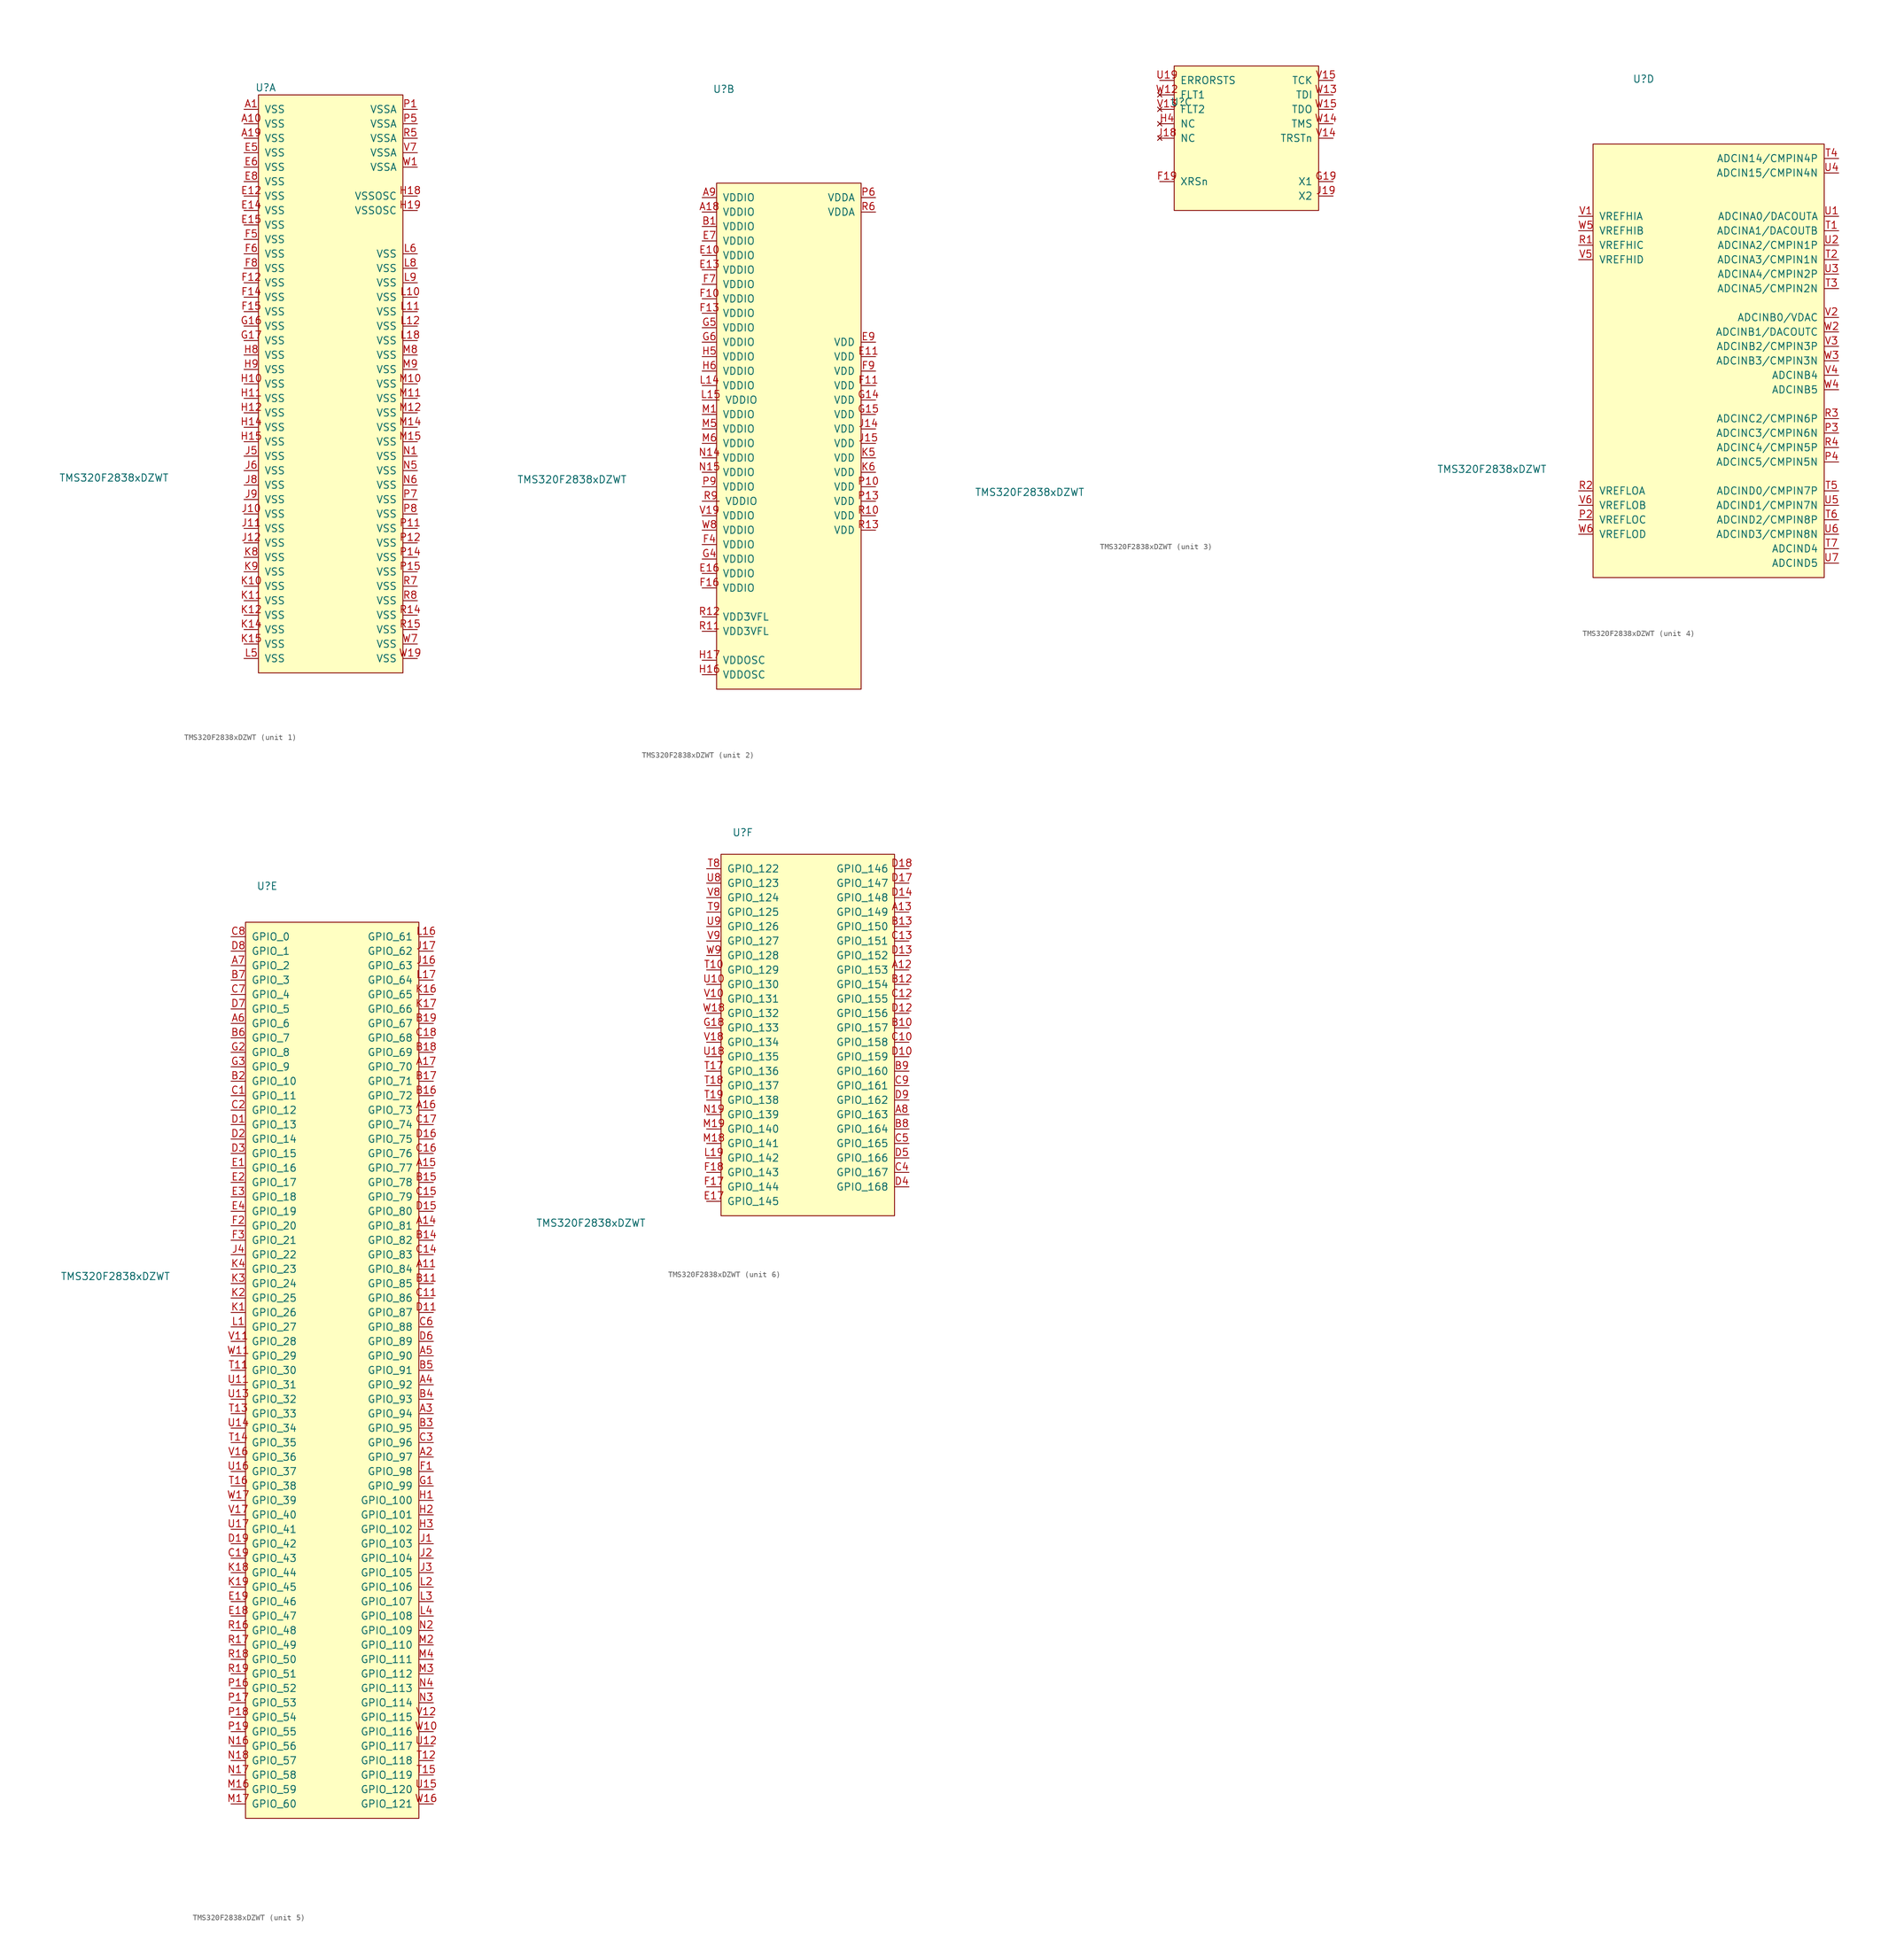
<source format=kicad_sym>
(kicad_symbol_lib
  (version 20211014)
  (generator kicad_symbol_editor)
  (symbol "TMS320F2838xDZWT"
    (pin_names
      (offset 1.016))
    (property "Reference" "U"
      (at -11.43 29.21 0)
      (effects (font (size 1.27 1.27))))
    (property "Value" "TMS320F2838xDZWT"
      (at -38.1 -39.37 0)
      (effects (font (size 1.27 1.27))))
    (property "ki_locked" ""
      (at 0 0 0)
      (effects (font (size 1.27 1.27))))
    (symbol "TMS320F2838xDZWT_1_1"
      (rectangle (start -12.7 27.94) (end 12.7 -73.66) (stroke (width 0) (type default) (color 0 0 0 0)) (fill (type background)))
      (pin power_in line (at -15.24 25.4 0) (length 2.54) (name "VSS" (effects (font (size 1.27 1.27)))) (number "A1" (effects (font (size 1.27 1.27)))))
      (pin power_in line (at -15.24 22.86 0) (length 2.54) (name "VSS" (effects (font (size 1.27 1.27)))) (number "A10" (effects (font (size 1.27 1.27)))))
      (pin power_in line (at -15.24 20.32 0) (length 2.54) (name "VSS" (effects (font (size 1.27 1.27)))) (number "A19" (effects (font (size 1.27 1.27)))))
      (pin power_in line (at -15.24 10.16 0) (length 2.54) (name "VSS" (effects (font (size 1.27 1.27)))) (number "E12" (effects (font (size 1.27 1.27)))))
      (pin power_in line (at -15.24 7.62 0) (length 2.54) (name "VSS" (effects (font (size 1.27 1.27)))) (number "E14" (effects (font (size 1.27 1.27)))))
      (pin power_in line (at -15.24 5.08 0) (length 2.54) (name "VSS" (effects (font (size 1.27 1.27)))) (number "E15" (effects (font (size 1.27 1.27)))))
      (pin power_in line (at -15.24 17.78 0) (length 2.54) (name "VSS" (effects (font (size 1.27 1.27)))) (number "E5" (effects (font (size 1.27 1.27)))))
      (pin power_in line (at -15.24 15.24 0) (length 2.54) (name "VSS" (effects (font (size 1.27 1.27)))) (number "E6" (effects (font (size 1.27 1.27)))))
      (pin power_in line (at -15.24 12.7 0) (length 2.54) (name "VSS" (effects (font (size 1.27 1.27)))) (number "E8" (effects (font (size 1.27 1.27)))))
      (pin power_in line (at -15.24 -5.08 0) (length 2.54) (name "VSS" (effects (font (size 1.27 1.27)))) (number "F12" (effects (font (size 1.27 1.27)))))
      (pin power_in line (at -15.24 -7.62 0) (length 2.54) (name "VSS" (effects (font (size 1.27 1.27)))) (number "F14" (effects (font (size 1.27 1.27)))))
      (pin power_in line (at -15.24 -10.16 0) (length 2.54) (name "VSS" (effects (font (size 1.27 1.27)))) (number "F15" (effects (font (size 1.27 1.27)))))
      (pin power_in line (at -15.24 2.54 0) (length 2.54) (name "VSS" (effects (font (size 1.27 1.27)))) (number "F5" (effects (font (size 1.27 1.27)))))
      (pin power_in line (at -15.24 0 0) (length 2.54) (name "VSS" (effects (font (size 1.27 1.27)))) (number "F6" (effects (font (size 1.27 1.27)))))
      (pin power_in line (at -15.24 -2.54 0) (length 2.54) (name "VSS" (effects (font (size 1.27 1.27)))) (number "F8" (effects (font (size 1.27 1.27)))))
      (pin power_in line (at -15.24 -12.7 0) (length 2.54) (name "VSS" (effects (font (size 1.27 1.27)))) (number "G16" (effects (font (size 1.27 1.27)))))
      (pin power_in line (at -15.24 -15.24 0) (length 2.54) (name "VSS" (effects (font (size 1.27 1.27)))) (number "G17" (effects (font (size 1.27 1.27)))))
      (pin power_in line (at -15.24 -22.86 0) (length 2.54) (name "VSS" (effects (font (size 1.27 1.27)))) (number "H10" (effects (font (size 1.27 1.27)))))
      (pin power_in line (at -15.24 -25.4 0) (length 2.54) (name "VSS" (effects (font (size 1.27 1.27)))) (number "H11" (effects (font (size 1.27 1.27)))))
      (pin power_in line (at -15.24 -27.94 0) (length 2.54) (name "VSS" (effects (font (size 1.27 1.27)))) (number "H12" (effects (font (size 1.27 1.27)))))
      (pin power_in line (at -15.24 -30.48 0) (length 2.54) (name "VSS" (effects (font (size 1.27 1.27)))) (number "H14" (effects (font (size 1.27 1.27)))))
      (pin power_in line (at -15.24 -33.02 0) (length 2.54) (name "VSS" (effects (font (size 1.27 1.27)))) (number "H15" (effects (font (size 1.27 1.27)))))
      (pin power_in line (at 15.24 10.16 180) (length 2.54) (name "VSSOSC" (effects (font (size 1.27 1.27)))) (number "H18" (effects (font (size 1.27 1.27)))))
      (pin power_in line (at 15.24 7.62 180) (length 2.54) (name "VSSOSC" (effects (font (size 1.27 1.27)))) (number "H19" (effects (font (size 1.27 1.27)))))
      (pin power_in line (at -15.24 -17.78 0) (length 2.54) (name "VSS" (effects (font (size 1.27 1.27)))) (number "H8" (effects (font (size 1.27 1.27)))))
      (pin power_in line (at -15.24 -20.32 0) (length 2.54) (name "VSS" (effects (font (size 1.27 1.27)))) (number "H9" (effects (font (size 1.27 1.27)))))
      (pin power_in line (at -15.24 -45.72 0) (length 2.54) (name "VSS" (effects (font (size 1.27 1.27)))) (number "J10" (effects (font (size 1.27 1.27)))))
      (pin power_in line (at -15.24 -48.26 0) (length 2.54) (name "VSS" (effects (font (size 1.27 1.27)))) (number "J11" (effects (font (size 1.27 1.27)))))
      (pin power_in line (at -15.24 -50.8 0) (length 2.54) (name "VSS" (effects (font (size 1.27 1.27)))) (number "J12" (effects (font (size 1.27 1.27)))))
      (pin power_in line (at -15.24 -35.56 0) (length 2.54) (name "VSS" (effects (font (size 1.27 1.27)))) (number "J5" (effects (font (size 1.27 1.27)))))
      (pin power_in line (at -15.24 -38.1 0) (length 2.54) (name "VSS" (effects (font (size 1.27 1.27)))) (number "J6" (effects (font (size 1.27 1.27)))))
      (pin power_in line (at -15.24 -40.64 0) (length 2.54) (name "VSS" (effects (font (size 1.27 1.27)))) (number "J8" (effects (font (size 1.27 1.27)))))
      (pin power_in line (at -15.24 -43.18 0) (length 2.54) (name "VSS" (effects (font (size 1.27 1.27)))) (number "J9" (effects (font (size 1.27 1.27)))))
      (pin power_in line (at -15.24 -58.42 0) (length 2.54) (name "VSS" (effects (font (size 1.27 1.27)))) (number "K10" (effects (font (size 1.27 1.27)))))
      (pin power_in line (at -15.24 -60.96 0) (length 2.54) (name "VSS" (effects (font (size 1.27 1.27)))) (number "K11" (effects (font (size 1.27 1.27)))))
      (pin power_in line (at -15.24 -63.5 0) (length 2.54) (name "VSS" (effects (font (size 1.27 1.27)))) (number "K12" (effects (font (size 1.27 1.27)))))
      (pin power_in line (at -15.24 -66.04 0) (length 2.54) (name "VSS" (effects (font (size 1.27 1.27)))) (number "K14" (effects (font (size 1.27 1.27)))))
      (pin power_in line (at -15.24 -68.58 0) (length 2.54) (name "VSS" (effects (font (size 1.27 1.27)))) (number "K15" (effects (font (size 1.27 1.27)))))
      (pin power_in line (at -15.24 -53.34 0) (length 2.54) (name "VSS" (effects (font (size 1.27 1.27)))) (number "K8" (effects (font (size 1.27 1.27)))))
      (pin power_in line (at -15.24 -55.88 0) (length 2.54) (name "VSS" (effects (font (size 1.27 1.27)))) (number "K9" (effects (font (size 1.27 1.27)))))
      (pin power_in line (at 15.24 -7.62 180) (length 2.54) (name "VSS" (effects (font (size 1.27 1.27)))) (number "L10" (effects (font (size 1.27 1.27)))))
      (pin power_in line (at 15.24 -10.16 180) (length 2.54) (name "VSS" (effects (font (size 1.27 1.27)))) (number "L11" (effects (font (size 1.27 1.27)))))
      (pin power_in line (at 15.24 -12.7 180) (length 2.54) (name "VSS" (effects (font (size 1.27 1.27)))) (number "L12" (effects (font (size 1.27 1.27)))))
      (pin power_in line (at 15.24 -15.24 180) (length 2.54) (name "VSS" (effects (font (size 1.27 1.27)))) (number "L18" (effects (font (size 1.27 1.27)))))
      (pin power_in line (at -15.24 -71.12 0) (length 2.54) (name "VSS" (effects (font (size 1.27 1.27)))) (number "L5" (effects (font (size 1.27 1.27)))))
      (pin power_in line (at 15.24 0 180) (length 2.54) (name "VSS" (effects (font (size 1.27 1.27)))) (number "L6" (effects (font (size 1.27 1.27)))))
      (pin power_in line (at 15.24 -2.54 180) (length 2.54) (name "VSS" (effects (font (size 1.27 1.27)))) (number "L8" (effects (font (size 1.27 1.27)))))
      (pin power_in line (at 15.24 -5.08 180) (length 2.54) (name "VSS" (effects (font (size 1.27 1.27)))) (number "L9" (effects (font (size 1.27 1.27)))))
      (pin power_in line (at 15.24 -22.86 180) (length 2.54) (name "VSS" (effects (font (size 1.27 1.27)))) (number "M10" (effects (font (size 1.27 1.27)))))
      (pin power_in line (at 15.24 -25.4 180) (length 2.54) (name "VSS" (effects (font (size 1.27 1.27)))) (number "M11" (effects (font (size 1.27 1.27)))))
      (pin power_in line (at 15.24 -27.94 180) (length 2.54) (name "VSS" (effects (font (size 1.27 1.27)))) (number "M12" (effects (font (size 1.27 1.27)))))
      (pin power_in line (at 15.24 -30.48 180) (length 2.54) (name "VSS" (effects (font (size 1.27 1.27)))) (number "M14" (effects (font (size 1.27 1.27)))))
      (pin power_in line (at 15.24 -33.02 180) (length 2.54) (name "VSS" (effects (font (size 1.27 1.27)))) (number "M15" (effects (font (size 1.27 1.27)))))
      (pin power_in line (at 15.24 -17.78 180) (length 2.54) (name "VSS" (effects (font (size 1.27 1.27)))) (number "M8" (effects (font (size 1.27 1.27)))))
      (pin power_in line (at 15.24 -20.32 180) (length 2.54) (name "VSS" (effects (font (size 1.27 1.27)))) (number "M9" (effects (font (size 1.27 1.27)))))
      (pin power_in line (at 15.24 -35.56 180) (length 2.54) (name "VSS" (effects (font (size 1.27 1.27)))) (number "N1" (effects (font (size 1.27 1.27)))))
      (pin power_in line (at 15.24 -38.1 180) (length 2.54) (name "VSS" (effects (font (size 1.27 1.27)))) (number "N5" (effects (font (size 1.27 1.27)))))
      (pin power_in line (at 15.24 -40.64 180) (length 2.54) (name "VSS" (effects (font (size 1.27 1.27)))) (number "N6" (effects (font (size 1.27 1.27)))))
      (pin power_in line (at 15.24 25.4 180) (length 2.54) (name "VSSA" (effects (font (size 1.27 1.27)))) (number "P1" (effects (font (size 1.27 1.27)))))
      (pin power_in line (at 15.24 -48.26 180) (length 2.54) (name "VSS" (effects (font (size 1.27 1.27)))) (number "P11" (effects (font (size 1.27 1.27)))))
      (pin power_in line (at 15.24 -50.8 180) (length 2.54) (name "VSS" (effects (font (size 1.27 1.27)))) (number "P12" (effects (font (size 1.27 1.27)))))
      (pin power_in line (at 15.24 -53.34 180) (length 2.54) (name "VSS" (effects (font (size 1.27 1.27)))) (number "P14" (effects (font (size 1.27 1.27)))))
      (pin power_in line (at 15.24 -55.88 180) (length 2.54) (name "VSS" (effects (font (size 1.27 1.27)))) (number "P15" (effects (font (size 1.27 1.27)))))
      (pin power_in line (at 15.24 22.86 180) (length 2.54) (name "VSSA" (effects (font (size 1.27 1.27)))) (number "P5" (effects (font (size 1.27 1.27)))))
      (pin power_in line (at 15.24 -43.18 180) (length 2.54) (name "VSS" (effects (font (size 1.27 1.27)))) (number "P7" (effects (font (size 1.27 1.27)))))
      (pin power_in line (at 15.24 -45.72 180) (length 2.54) (name "VSS" (effects (font (size 1.27 1.27)))) (number "P8" (effects (font (size 1.27 1.27)))))
      (pin power_in line (at 15.24 -63.5 180) (length 2.54) (name "VSS" (effects (font (size 1.27 1.27)))) (number "R14" (effects (font (size 1.27 1.27)))))
      (pin power_in line (at 15.24 -66.04 180) (length 2.54) (name "VSS" (effects (font (size 1.27 1.27)))) (number "R15" (effects (font (size 1.27 1.27)))))
      (pin power_in line (at 15.24 20.32 180) (length 2.54) (name "VSSA" (effects (font (size 1.27 1.27)))) (number "R5" (effects (font (size 1.27 1.27)))))
      (pin power_in line (at 15.24 -58.42 180) (length 2.54) (name "VSS" (effects (font (size 1.27 1.27)))) (number "R7" (effects (font (size 1.27 1.27)))))
      (pin power_in line (at 15.24 -60.96 180) (length 2.54) (name "VSS" (effects (font (size 1.27 1.27)))) (number "R8" (effects (font (size 1.27 1.27)))))
      (pin power_in line (at 15.24 17.78 180) (length 2.54) (name "VSSA" (effects (font (size 1.27 1.27)))) (number "V7" (effects (font (size 1.27 1.27)))))
      (pin power_in line (at 15.24 15.24 180) (length 2.54) (name "VSSA" (effects (font (size 1.27 1.27)))) (number "W1" (effects (font (size 1.27 1.27)))))
      (pin power_in line (at 15.24 -71.12 180) (length 2.54) (name "VSS" (effects (font (size 1.27 1.27)))) (number "W19" (effects (font (size 1.27 1.27)))))
      (pin power_in line (at 15.24 -68.58 180) (length 2.54) (name "VSS" (effects (font (size 1.27 1.27)))) (number "W7" (effects (font (size 1.27 1.27))))))
    (symbol "TMS320F2838xDZWT_2_1"
      (rectangle (start -12.7 12.7) (end 12.7 -76.2) (stroke (width 0) (type default) (color 0 0 0 0)) (fill (type background)))
      (pin power_in line (at -15.24 7.62 0) (length 2.54) (name "VDDIO" (effects (font (size 1.27 1.27)))) (number "A18" (effects (font (size 1.27 1.27)))))
      (pin power_in line (at -15.24 10.16 0) (length 2.54) (name "VDDIO" (effects (font (size 1.27 1.27)))) (number "A9" (effects (font (size 1.27 1.27)))))
      (pin power_in line (at -15.24 5.08 0) (length 2.54) (name "VDDIO" (effects (font (size 1.27 1.27)))) (number "B1" (effects (font (size 1.27 1.27)))))
      (pin power_in line (at -15.24 0 0) (length 2.54) (name "VDDIO" (effects (font (size 1.27 1.27)))) (number "E10" (effects (font (size 1.27 1.27)))))
      (pin power_in line (at 15.24 -17.78 180) (length 2.54) (name "VDD" (effects (font (size 1.27 1.27)))) (number "E11" (effects (font (size 1.27 1.27)))))
      (pin power_in line (at -15.24 -2.54 0) (length 2.54) (name "VDDIO" (effects (font (size 1.27 1.27)))) (number "E13" (effects (font (size 1.27 1.27)))))
      (pin power_in line (at -15.24 -55.88 0) (length 2.54) (name "VDDIO" (effects (font (size 1.27 1.27)))) (number "E16" (effects (font (size 1.27 1.27)))))
      (pin power_in line (at -15.24 2.54 0) (length 2.54) (name "VDDIO" (effects (font (size 1.27 1.27)))) (number "E7" (effects (font (size 1.27 1.27)))))
      (pin power_in line (at 15.24 -15.24 180) (length 2.54) (name "VDD" (effects (font (size 1.27 1.27)))) (number "E9" (effects (font (size 1.27 1.27)))))
      (pin power_in line (at -15.24 -7.62 0) (length 2.54) (name "VDDIO" (effects (font (size 1.27 1.27)))) (number "F10" (effects (font (size 1.27 1.27)))))
      (pin power_in line (at 15.24 -22.86 180) (length 2.54) (name "VDD" (effects (font (size 1.27 1.27)))) (number "F11" (effects (font (size 1.27 1.27)))))
      (pin power_in line (at -15.24 -10.16 0) (length 2.54) (name "VDDIO" (effects (font (size 1.27 1.27)))) (number "F13" (effects (font (size 1.27 1.27)))))
      (pin power_in line (at -15.24 -58.42 0) (length 2.54) (name "VDDIO" (effects (font (size 1.27 1.27)))) (number "F16" (effects (font (size 1.27 1.27)))))
      (pin power_in line (at -15.24 -50.8 0) (length 2.54) (name "VDDIO" (effects (font (size 1.27 1.27)))) (number "F4" (effects (font (size 1.27 1.27)))))
      (pin power_in line (at -15.24 -5.08 0) (length 2.54) (name "VDDIO" (effects (font (size 1.27 1.27)))) (number "F7" (effects (font (size 1.27 1.27)))))
      (pin power_in line (at 15.24 -20.32 180) (length 2.54) (name "VDD" (effects (font (size 1.27 1.27)))) (number "F9" (effects (font (size 1.27 1.27)))))
      (pin power_in line (at 15.24 -25.4 180) (length 2.54) (name "VDD" (effects (font (size 1.27 1.27)))) (number "G14" (effects (font (size 1.27 1.27)))))
      (pin power_in line (at 15.24 -27.94 180) (length 2.54) (name "VDD" (effects (font (size 1.27 1.27)))) (number "G15" (effects (font (size 1.27 1.27)))))
      (pin power_in line (at -15.24 -53.34 0) (length 2.54) (name "VDDIO" (effects (font (size 1.27 1.27)))) (number "G4" (effects (font (size 1.27 1.27)))))
      (pin power_in line (at -15.24 -12.7 0) (length 2.54) (name "VDDIO" (effects (font (size 1.27 1.27)))) (number "G5" (effects (font (size 1.27 1.27)))))
      (pin power_in line (at -15.24 -15.24 0) (length 2.54) (name "VDDIO" (effects (font (size 1.27 1.27)))) (number "G6" (effects (font (size 1.27 1.27)))))
      (pin power_in line (at -15.24 -73.66 0) (length 2.54) (name "VDDOSC" (effects (font (size 1.27 1.27)))) (number "H16" (effects (font (size 1.27 1.27)))))
      (pin power_in line (at -15.24 -71.12 0) (length 2.54) (name "VDDOSC" (effects (font (size 1.27 1.27)))) (number "H17" (effects (font (size 1.27 1.27)))))
      (pin power_in line (at -15.24 -17.78 0) (length 2.54) (name "VDDIO" (effects (font (size 1.27 1.27)))) (number "H5" (effects (font (size 1.27 1.27)))))
      (pin power_in line (at -15.24 -20.32 0) (length 2.54) (name "VDDIO" (effects (font (size 1.27 1.27)))) (number "H6" (effects (font (size 1.27 1.27)))))
      (pin power_in line (at 15.24 -30.48 180) (length 2.54) (name "VDD" (effects (font (size 1.27 1.27)))) (number "J14" (effects (font (size 1.27 1.27)))))
      (pin power_in line (at 15.24 -33.02 180) (length 2.54) (name "VDD" (effects (font (size 1.27 1.27)))) (number "J15" (effects (font (size 1.27 1.27)))))
      (pin power_in line (at 15.24 -35.56 180) (length 2.54) (name "VDD" (effects (font (size 1.27 1.27)))) (number "K5" (effects (font (size 1.27 1.27)))))
      (pin power_in line (at 15.24 -38.1 180) (length 2.54) (name "VDD" (effects (font (size 1.27 1.27)))) (number "K6" (effects (font (size 1.27 1.27)))))
      (pin power_in line (at -15.24 -22.86 0) (length 2.54) (name "VDDIO" (effects (font (size 1.27 1.27)))) (number "L14" (effects (font (size 1.27 1.27)))))
      (pin power_in line (at -15.24 -25.4 0) (length 2.997) (name "VDDIO" (effects (font (size 1.27 1.27)))) (number "L15" (effects (font (size 1.27 1.27)))))
      (pin power_in line (at -15.24 -27.94 0) (length 2.54) (name "VDDIO" (effects (font (size 1.27 1.27)))) (number "M1" (effects (font (size 1.27 1.27)))))
      (pin power_in line (at -15.24 -30.48 0) (length 2.54) (name "VDDIO" (effects (font (size 1.27 1.27)))) (number "M5" (effects (font (size 1.27 1.27)))))
      (pin power_in line (at -15.24 -33.02 0) (length 2.54) (name "VDDIO" (effects (font (size 1.27 1.27)))) (number "M6" (effects (font (size 1.27 1.27)))))
      (pin power_in line (at -15.24 -35.56 0) (length 2.54) (name "VDDIO" (effects (font (size 1.27 1.27)))) (number "N14" (effects (font (size 1.27 1.27)))))
      (pin power_in line (at -15.24 -38.1 0) (length 2.54) (name "VDDIO" (effects (font (size 1.27 1.27)))) (number "N15" (effects (font (size 1.27 1.27)))))
      (pin power_in line (at 15.24 -40.64 180) (length 2.54) (name "VDD" (effects (font (size 1.27 1.27)))) (number "P10" (effects (font (size 1.27 1.27)))))
      (pin power_in line (at 15.24 -43.18 180) (length 2.54) (name "VDD" (effects (font (size 1.27 1.27)))) (number "P13" (effects (font (size 1.27 1.27)))))
      (pin power_in line (at 15.24 10.16 180) (length 2.54) (name "VDDA" (effects (font (size 1.27 1.27)))) (number "P6" (effects (font (size 1.27 1.27)))))
      (pin power_in line (at -15.24 -40.64 0) (length 2.54) (name "VDDIO" (effects (font (size 1.27 1.27)))) (number "P9" (effects (font (size 1.27 1.27)))))
      (pin power_in line (at 15.24 -45.72 180) (length 2.54) (name "VDD" (effects (font (size 1.27 1.27)))) (number "R10" (effects (font (size 1.27 1.27)))))
      (pin power_in line (at -15.24 -66.04 0) (length 2.54) (name "VDD3VFL" (effects (font (size 1.27 1.27)))) (number "R11" (effects (font (size 1.27 1.27)))))
      (pin power_in line (at -15.24 -63.5 0) (length 2.54) (name "VDD3VFL" (effects (font (size 1.27 1.27)))) (number "R12" (effects (font (size 1.27 1.27)))))
      (pin power_in line (at 15.24 -48.26 180) (length 2.54) (name "VDD" (effects (font (size 1.27 1.27)))) (number "R13" (effects (font (size 1.27 1.27)))))
      (pin power_in line (at 15.24 7.62 180) (length 2.54) (name "VDDA" (effects (font (size 1.27 1.27)))) (number "R6" (effects (font (size 1.27 1.27)))))
      (pin power_in line (at -15.24 -43.18 0) (length 2.997) (name "VDDIO" (effects (font (size 1.27 1.27)))) (number "R9" (effects (font (size 1.27 1.27)))))
      (pin power_in line (at -15.24 -45.72 0) (length 2.54) (name "VDDIO" (effects (font (size 1.27 1.27)))) (number "V19" (effects (font (size 1.27 1.27)))))
      (pin power_in line (at -15.24 -48.26 0) (length 2.54) (name "VDDIO" (effects (font (size 1.27 1.27)))) (number "W8" (effects (font (size 1.27 1.27))))))
    (symbol "TMS320F2838xDZWT_3_1"
      (rectangle (start -12.7 35.56) (end 12.7 10.16) (stroke (width 0) (type default) (color 0 0 0 0)) (fill (type background)))
      (pin bidirectional line (at -15.24 15.24 0) (length 2.54) (name "XRSn" (effects (font (size 1.27 1.27)))) (number "F19" (effects (font (size 1.27 1.27)))))
      (pin input line (at 15.24 15.24 180) (length 2.54) (name "X1" (effects (font (size 1.27 1.27)))) (number "G19" (effects (font (size 1.27 1.27)))))
      (pin no_connect line (at -15.24 25.4 0) (length 2.54) (name "NC" (effects (font (size 1.27 1.27)))) (number "H4" (effects (font (size 1.27 1.27)))))
      (pin no_connect line (at -15.24 22.86 0) (length 2.54) (name "NC" (effects (font (size 1.27 1.27)))) (number "J18" (effects (font (size 1.27 1.27)))))
      (pin output line (at 15.24 12.7 180) (length 2.54) (name "X2" (effects (font (size 1.27 1.27)))) (number "J19" (effects (font (size 1.27 1.27)))))
      (pin output line (at -15.24 33.02 0) (length 2.54) (name "ERRORSTS" (effects (font (size 1.27 1.27)))) (number "U19" (effects (font (size 1.27 1.27)))))
      (pin no_connect line (at -15.24 27.94 0) (length 2.54) (name "FLT2" (effects (font (size 1.27 1.27)))) (number "V13" (effects (font (size 1.27 1.27)))))
      (pin input line (at 15.24 22.86 180) (length 2.54) (name "TRSTn" (effects (font (size 1.27 1.27)))) (number "V14" (effects (font (size 1.27 1.27)))))
      (pin input line (at 15.24 33.02 180) (length 2.54) (name "TCK" (effects (font (size 1.27 1.27)))) (number "V15" (effects (font (size 1.27 1.27)))))
      (pin no_connect line (at -15.24 30.48 0) (length 2.54) (name "FLT1" (effects (font (size 1.27 1.27)))) (number "W12" (effects (font (size 1.27 1.27)))))
      (pin input line (at 15.24 30.48 180) (length 2.54) (name "TDI" (effects (font (size 1.27 1.27)))) (number "W13" (effects (font (size 1.27 1.27)))))
      (pin input line (at 15.24 25.4 180) (length 2.54) (name "TMS" (effects (font (size 1.27 1.27)))) (number "W14" (effects (font (size 1.27 1.27)))))
      (pin output line (at 15.24 27.94 180) (length 2.54) (name "TDO" (effects (font (size 1.27 1.27)))) (number "W15" (effects (font (size 1.27 1.27))))))
    (symbol "TMS320F2838xDZWT_4_1"
      (rectangle (start -20.32 17.78) (end 20.32 -58.42) (stroke (width 0) (type default) (color 0 0 0 0)) (fill (type background)))
      (pin input line (at -22.86 -48.26 0) (length 2.54) (name "VREFLOC" (effects (font (size 1.27 1.27)))) (number "P2" (effects (font (size 1.27 1.27)))))
      (pin input line (at 22.86 -33.02 180) (length 2.54) (name "ADCINC3/CMPIN6N" (effects (font (size 1.27 1.27)))) (number "P3" (effects (font (size 1.27 1.27)))))
      (pin input line (at 22.86 -38.1 180) (length 2.54) (name "ADCINC5/CMPIN5N" (effects (font (size 1.27 1.27)))) (number "P4" (effects (font (size 1.27 1.27)))))
      (pin input line (at -22.86 0 0) (length 2.54) (name "VREFHIC" (effects (font (size 1.27 1.27)))) (number "R1" (effects (font (size 1.27 1.27)))))
      (pin input line (at -22.86 -43.18 0) (length 2.54) (name "VREFLOA" (effects (font (size 1.27 1.27)))) (number "R2" (effects (font (size 1.27 1.27)))))
      (pin input line (at 22.86 -30.48 180) (length 2.54) (name "ADCINC2/CMPIN6P" (effects (font (size 1.27 1.27)))) (number "R3" (effects (font (size 1.27 1.27)))))
      (pin input line (at 22.86 -35.56 180) (length 2.54) (name "ADCINC4/CMPIN5P" (effects (font (size 1.27 1.27)))) (number "R4" (effects (font (size 1.27 1.27)))))
      (pin bidirectional line (at 22.86 2.54 180) (length 2.54) (name "ADCINA1/DACOUTB" (effects (font (size 1.27 1.27)))) (number "T1" (effects (font (size 1.27 1.27)))))
      (pin input line (at 22.86 -2.54 180) (length 2.54) (name "ADCINA3/CMPIN1N" (effects (font (size 1.27 1.27)))) (number "T2" (effects (font (size 1.27 1.27)))))
      (pin input line (at 22.86 -7.62 180) (length 2.54) (name "ADCINA5/CMPIN2N" (effects (font (size 1.27 1.27)))) (number "T3" (effects (font (size 1.27 1.27)))))
      (pin input line (at 22.86 15.24 180) (length 2.54) (name "ADCIN14/CMPIN4P" (effects (font (size 1.27 1.27)))) (number "T4" (effects (font (size 1.27 1.27)))))
      (pin input line (at 22.86 -43.18 180) (length 2.54) (name "ADCIND0/CMPIN7P" (effects (font (size 1.27 1.27)))) (number "T5" (effects (font (size 1.27 1.27)))))
      (pin input line (at 22.86 -48.26 180) (length 2.54) (name "ADCIND2/CMPIN8P" (effects (font (size 1.27 1.27)))) (number "T6" (effects (font (size 1.27 1.27)))))
      (pin input line (at 22.86 -53.34 180) (length 2.54) (name "ADCIND4" (effects (font (size 1.27 1.27)))) (number "T7" (effects (font (size 1.27 1.27)))))
      (pin bidirectional line (at 22.86 5.08 180) (length 2.54) (name "ADCINA0/DACOUTA" (effects (font (size 1.27 1.27)))) (number "U1" (effects (font (size 1.27 1.27)))))
      (pin input line (at 22.86 0 180) (length 2.54) (name "ADCINA2/CMPIN1P" (effects (font (size 1.27 1.27)))) (number "U2" (effects (font (size 1.27 1.27)))))
      (pin input line (at 22.86 -5.08 180) (length 2.54) (name "ADCINA4/CMPIN2P" (effects (font (size 1.27 1.27)))) (number "U3" (effects (font (size 1.27 1.27)))))
      (pin input line (at 22.86 12.7 180) (length 2.54) (name "ADCIN15/CMPIN4N" (effects (font (size 1.27 1.27)))) (number "U4" (effects (font (size 1.27 1.27)))))
      (pin input line (at 22.86 -45.72 180) (length 2.54) (name "ADCIND1/CMPIN7N" (effects (font (size 1.27 1.27)))) (number "U5" (effects (font (size 1.27 1.27)))))
      (pin input line (at 22.86 -50.8 180) (length 2.54) (name "ADCIND3/CMPIN8N" (effects (font (size 1.27 1.27)))) (number "U6" (effects (font (size 1.27 1.27)))))
      (pin input line (at 22.86 -55.88 180) (length 2.54) (name "ADCIND5" (effects (font (size 1.27 1.27)))) (number "U7" (effects (font (size 1.27 1.27)))))
      (pin input line (at -22.86 5.08 0) (length 2.54) (name "VREFHIA" (effects (font (size 1.27 1.27)))) (number "V1" (effects (font (size 1.27 1.27)))))
      (pin input line (at 22.86 -12.7 180) (length 2.54) (name "ADCINB0/VDAC" (effects (font (size 1.27 1.27)))) (number "V2" (effects (font (size 1.27 1.27)))))
      (pin input line (at 22.86 -17.78 180) (length 2.54) (name "ADCINB2/CMPIN3P" (effects (font (size 1.27 1.27)))) (number "V3" (effects (font (size 1.27 1.27)))))
      (pin input line (at 22.86 -22.86 180) (length 2.54) (name "ADCINB4" (effects (font (size 1.27 1.27)))) (number "V4" (effects (font (size 1.27 1.27)))))
      (pin input line (at -22.86 -2.54 0) (length 2.54) (name "VREFHID" (effects (font (size 1.27 1.27)))) (number "V5" (effects (font (size 1.27 1.27)))))
      (pin input line (at -22.86 -45.72 0) (length 2.54) (name "VREFLOB" (effects (font (size 1.27 1.27)))) (number "V6" (effects (font (size 1.27 1.27)))))
      (pin bidirectional line (at 22.86 -15.24 180) (length 2.54) (name "ADCINB1/DACOUTC" (effects (font (size 1.27 1.27)))) (number "W2" (effects (font (size 1.27 1.27)))))
      (pin input line (at 22.86 -20.32 180) (length 2.54) (name "ADCINB3/CMPIN3N" (effects (font (size 1.27 1.27)))) (number "W3" (effects (font (size 1.27 1.27)))))
      (pin input line (at 22.86 -25.4 180) (length 2.54) (name "ADCINB5" (effects (font (size 1.27 1.27)))) (number "W4" (effects (font (size 1.27 1.27)))))
      (pin input line (at -22.86 2.54 0) (length 2.54) (name "VREFHIB" (effects (font (size 1.27 1.27)))) (number "W5" (effects (font (size 1.27 1.27)))))
      (pin input line (at -22.86 -50.8 0) (length 2.54) (name "VREFLOD" (effects (font (size 1.27 1.27)))) (number "W6" (effects (font (size 1.27 1.27))))))
    (symbol "TMS320F2838xDZWT_5_1"
      (rectangle (start -15.24 22.86) (end 15.24 -134.62) (stroke (width 0) (type default) (color 0 0 0 0)) (fill (type background)))
      (pin bidirectional line (at 17.78 -38.1 180) (length 2.54) (name "GPIO_84" (effects (font (size 1.27 1.27)))) (number "A11" (effects (font (size 1.27 1.27)))))
      (pin bidirectional line (at 17.78 -30.48 180) (length 2.54) (name "GPIO_81" (effects (font (size 1.27 1.27)))) (number "A14" (effects (font (size 1.27 1.27)))))
      (pin bidirectional line (at 17.78 -20.32 180) (length 2.54) (name "GPIO_77" (effects (font (size 1.27 1.27)))) (number "A15" (effects (font (size 1.27 1.27)))))
      (pin bidirectional line (at 17.78 -10.16 180) (length 2.54) (name "GPIO_73" (effects (font (size 1.27 1.27)))) (number "A16" (effects (font (size 1.27 1.27)))))
      (pin bidirectional line (at 17.78 -2.54 180) (length 2.54) (name "GPIO_70" (effects (font (size 1.27 1.27)))) (number "A17" (effects (font (size 1.27 1.27)))))
      (pin bidirectional line (at 17.78 -71.12 180) (length 2.54) (name "GPIO_97" (effects (font (size 1.27 1.27)))) (number "A2" (effects (font (size 1.27 1.27)))))
      (pin bidirectional line (at 17.78 -63.5 180) (length 2.54) (name "GPIO_94" (effects (font (size 1.27 1.27)))) (number "A3" (effects (font (size 1.27 1.27)))))
      (pin bidirectional line (at 17.78 -58.42 180) (length 2.54) (name "GPIO_92" (effects (font (size 1.27 1.27)))) (number "A4" (effects (font (size 1.27 1.27)))))
      (pin bidirectional line (at 17.78 -53.34 180) (length 2.54) (name "GPIO_90" (effects (font (size 1.27 1.27)))) (number "A5" (effects (font (size 1.27 1.27)))))
      (pin bidirectional line (at -17.78 5.08 0) (length 2.54) (name "GPIO_6" (effects (font (size 1.27 1.27)))) (number "A6" (effects (font (size 1.27 1.27)))))
      (pin bidirectional line (at -17.78 15.24 0) (length 2.54) (name "GPIO_2" (effects (font (size 1.27 1.27)))) (number "A7" (effects (font (size 1.27 1.27)))))
      (pin bidirectional line (at 17.78 -40.64 180) (length 2.54) (name "GPIO_85" (effects (font (size 1.27 1.27)))) (number "B11" (effects (font (size 1.27 1.27)))))
      (pin bidirectional line (at 17.78 -33.02 180) (length 2.54) (name "GPIO_82" (effects (font (size 1.27 1.27)))) (number "B14" (effects (font (size 1.27 1.27)))))
      (pin bidirectional line (at 17.78 -22.86 180) (length 2.54) (name "GPIO_78" (effects (font (size 1.27 1.27)))) (number "B15" (effects (font (size 1.27 1.27)))))
      (pin bidirectional line (at 17.78 -7.62 180) (length 2.54) (name "GPIO_72" (effects (font (size 1.27 1.27)))) (number "B16" (effects (font (size 1.27 1.27)))))
      (pin bidirectional line (at 17.78 -5.08 180) (length 2.54) (name "GPIO_71" (effects (font (size 1.27 1.27)))) (number "B17" (effects (font (size 1.27 1.27)))))
      (pin bidirectional line (at 17.78 0 180) (length 2.54) (name "GPIO_69" (effects (font (size 1.27 1.27)))) (number "B18" (effects (font (size 1.27 1.27)))))
      (pin bidirectional line (at 17.78 5.08 180) (length 2.54) (name "GPIO_67" (effects (font (size 1.27 1.27)))) (number "B19" (effects (font (size 1.27 1.27)))))
      (pin bidirectional line (at -17.78 -5.08 0) (length 2.54) (name "GPIO_10" (effects (font (size 1.27 1.27)))) (number "B2" (effects (font (size 1.27 1.27)))))
      (pin bidirectional line (at 17.78 -66.04 180) (length 2.54) (name "GPIO_95" (effects (font (size 1.27 1.27)))) (number "B3" (effects (font (size 1.27 1.27)))))
      (pin bidirectional line (at 17.78 -60.96 180) (length 2.54) (name "GPIO_93" (effects (font (size 1.27 1.27)))) (number "B4" (effects (font (size 1.27 1.27)))))
      (pin bidirectional line (at 17.78 -55.88 180) (length 2.54) (name "GPIO_91" (effects (font (size 1.27 1.27)))) (number "B5" (effects (font (size 1.27 1.27)))))
      (pin bidirectional line (at -17.78 2.54 0) (length 2.54) (name "GPIO_7" (effects (font (size 1.27 1.27)))) (number "B6" (effects (font (size 1.27 1.27)))))
      (pin bidirectional line (at -17.78 12.7 0) (length 2.54) (name "GPIO_3" (effects (font (size 1.27 1.27)))) (number "B7" (effects (font (size 1.27 1.27)))))
      (pin bidirectional line (at -17.78 -7.62 0) (length 2.54) (name "GPIO_11" (effects (font (size 1.27 1.27)))) (number "C1" (effects (font (size 1.27 1.27)))))
      (pin bidirectional line (at 17.78 -43.18 180) (length 2.54) (name "GPIO_86" (effects (font (size 1.27 1.27)))) (number "C11" (effects (font (size 1.27 1.27)))))
      (pin bidirectional line (at 17.78 -35.56 180) (length 2.54) (name "GPIO_83" (effects (font (size 1.27 1.27)))) (number "C14" (effects (font (size 1.27 1.27)))))
      (pin bidirectional line (at 17.78 -25.4 180) (length 2.54) (name "GPIO_79" (effects (font (size 1.27 1.27)))) (number "C15" (effects (font (size 1.27 1.27)))))
      (pin bidirectional line (at 17.78 -17.78 180) (length 2.54) (name "GPIO_76" (effects (font (size 1.27 1.27)))) (number "C16" (effects (font (size 1.27 1.27)))))
      (pin bidirectional line (at 17.78 -12.7 180) (length 2.54) (name "GPIO_74" (effects (font (size 1.27 1.27)))) (number "C17" (effects (font (size 1.27 1.27)))))
      (pin bidirectional line (at 17.78 2.54 180) (length 2.54) (name "GPIO_68" (effects (font (size 1.27 1.27)))) (number "C18" (effects (font (size 1.27 1.27)))))
      (pin bidirectional line (at -17.78 -88.9 0) (length 2.54) (name "GPIO_43" (effects (font (size 1.27 1.27)))) (number "C19" (effects (font (size 1.27 1.27)))))
      (pin bidirectional line (at -17.78 -10.16 0) (length 2.54) (name "GPIO_12" (effects (font (size 1.27 1.27)))) (number "C2" (effects (font (size 1.27 1.27)))))
      (pin bidirectional line (at 17.78 -68.58 180) (length 2.54) (name "GPIO_96" (effects (font (size 1.27 1.27)))) (number "C3" (effects (font (size 1.27 1.27)))))
      (pin bidirectional line (at 17.78 -48.26 180) (length 2.54) (name "GPIO_88" (effects (font (size 1.27 1.27)))) (number "C6" (effects (font (size 1.27 1.27)))))
      (pin bidirectional line (at -17.78 10.16 0) (length 2.54) (name "GPIO_4" (effects (font (size 1.27 1.27)))) (number "C7" (effects (font (size 1.27 1.27)))))
      (pin bidirectional line (at -17.78 20.32 0) (length 2.54) (name "GPIO_0" (effects (font (size 1.27 1.27)))) (number "C8" (effects (font (size 1.27 1.27)))))
      (pin bidirectional line (at -17.78 -12.7 0) (length 2.54) (name "GPIO_13" (effects (font (size 1.27 1.27)))) (number "D1" (effects (font (size 1.27 1.27)))))
      (pin bidirectional line (at 17.78 -45.72 180) (length 2.54) (name "GPIO_87" (effects (font (size 1.27 1.27)))) (number "D11" (effects (font (size 1.27 1.27)))))
      (pin bidirectional line (at 17.78 -27.94 180) (length 2.54) (name "GPIO_80" (effects (font (size 1.27 1.27)))) (number "D15" (effects (font (size 1.27 1.27)))))
      (pin bidirectional line (at 17.78 -15.24 180) (length 2.54) (name "GPIO_75" (effects (font (size 1.27 1.27)))) (number "D16" (effects (font (size 1.27 1.27)))))
      (pin bidirectional line (at -17.78 -86.36 0) (length 2.54) (name "GPIO_42" (effects (font (size 1.27 1.27)))) (number "D19" (effects (font (size 1.27 1.27)))))
      (pin bidirectional line (at -17.78 -15.24 0) (length 2.54) (name "GPIO_14" (effects (font (size 1.27 1.27)))) (number "D2" (effects (font (size 1.27 1.27)))))
      (pin bidirectional line (at -17.78 -17.78 0) (length 2.54) (name "GPIO_15" (effects (font (size 1.27 1.27)))) (number "D3" (effects (font (size 1.27 1.27)))))
      (pin bidirectional line (at 17.78 -50.8 180) (length 2.54) (name "GPIO_89" (effects (font (size 1.27 1.27)))) (number "D6" (effects (font (size 1.27 1.27)))))
      (pin bidirectional line (at -17.78 7.62 0) (length 2.54) (name "GPIO_5" (effects (font (size 1.27 1.27)))) (number "D7" (effects (font (size 1.27 1.27)))))
      (pin bidirectional line (at -17.78 17.78 0) (length 2.54) (name "GPIO_1" (effects (font (size 1.27 1.27)))) (number "D8" (effects (font (size 1.27 1.27)))))
      (pin bidirectional line (at -17.78 -20.32 0) (length 2.54) (name "GPIO_16" (effects (font (size 1.27 1.27)))) (number "E1" (effects (font (size 1.27 1.27)))))
      (pin bidirectional line (at -17.78 -99.06 0) (length 2.54) (name "GPIO_47" (effects (font (size 1.27 1.27)))) (number "E18" (effects (font (size 1.27 1.27)))))
      (pin bidirectional line (at -17.78 -96.52 0) (length 2.54) (name "GPIO_46" (effects (font (size 1.27 1.27)))) (number "E19" (effects (font (size 1.27 1.27)))))
      (pin bidirectional line (at -17.78 -22.86 0) (length 2.54) (name "GPIO_17" (effects (font (size 1.27 1.27)))) (number "E2" (effects (font (size 1.27 1.27)))))
      (pin bidirectional line (at -17.78 -25.4 0) (length 2.54) (name "GPIO_18" (effects (font (size 1.27 1.27)))) (number "E3" (effects (font (size 1.27 1.27)))))
      (pin bidirectional line (at -17.78 -27.94 0) (length 2.54) (name "GPIO_19" (effects (font (size 1.27 1.27)))) (number "E4" (effects (font (size 1.27 1.27)))))
      (pin bidirectional line (at 17.78 -73.66 180) (length 2.54) (name "GPIO_98" (effects (font (size 1.27 1.27)))) (number "F1" (effects (font (size 1.27 1.27)))))
      (pin bidirectional line (at -17.78 -30.48 0) (length 2.54) (name "GPIO_20" (effects (font (size 1.27 1.27)))) (number "F2" (effects (font (size 1.27 1.27)))))
      (pin bidirectional line (at -17.78 -33.02 0) (length 2.54) (name "GPIO_21" (effects (font (size 1.27 1.27)))) (number "F3" (effects (font (size 1.27 1.27)))))
      (pin bidirectional line (at 17.78 -76.2 180) (length 2.54) (name "GPIO_99" (effects (font (size 1.27 1.27)))) (number "G1" (effects (font (size 1.27 1.27)))))
      (pin bidirectional line (at -17.78 0 0) (length 2.54) (name "GPIO_8" (effects (font (size 1.27 1.27)))) (number "G2" (effects (font (size 1.27 1.27)))))
      (pin bidirectional line (at -17.78 -2.54 0) (length 2.54) (name "GPIO_9" (effects (font (size 1.27 1.27)))) (number "G3" (effects (font (size 1.27 1.27)))))
      (pin bidirectional line (at 17.78 -78.74 180) (length 2.54) (name "GPIO_100" (effects (font (size 1.27 1.27)))) (number "H1" (effects (font (size 1.27 1.27)))))
      (pin bidirectional line (at 17.78 -81.28 180) (length 2.54) (name "GPIO_101" (effects (font (size 1.27 1.27)))) (number "H2" (effects (font (size 1.27 1.27)))))
      (pin bidirectional line (at 17.78 -83.82 180) (length 2.54) (name "GPIO_102" (effects (font (size 1.27 1.27)))) (number "H3" (effects (font (size 1.27 1.27)))))
      (pin bidirectional line (at 17.78 -86.36 180) (length 2.54) (name "GPIO_103" (effects (font (size 1.27 1.27)))) (number "J1" (effects (font (size 1.27 1.27)))))
      (pin bidirectional line (at 17.78 15.24 180) (length 2.54) (name "GPIO_63" (effects (font (size 1.27 1.27)))) (number "J16" (effects (font (size 1.27 1.27)))))
      (pin bidirectional line (at 17.78 17.78 180) (length 2.54) (name "GPIO_62" (effects (font (size 1.27 1.27)))) (number "J17" (effects (font (size 1.27 1.27)))))
      (pin bidirectional line (at 17.78 -88.9 180) (length 2.54) (name "GPIO_104" (effects (font (size 1.27 1.27)))) (number "J2" (effects (font (size 1.27 1.27)))))
      (pin bidirectional line (at 17.78 -91.44 180) (length 2.54) (name "GPIO_105" (effects (font (size 1.27 1.27)))) (number "J3" (effects (font (size 1.27 1.27)))))
      (pin bidirectional line (at -17.78 -35.56 0) (length 2.54) (name "GPIO_22" (effects (font (size 1.27 1.27)))) (number "J4" (effects (font (size 1.27 1.27)))))
      (pin bidirectional line (at -17.78 -45.72 0) (length 2.54) (name "GPIO_26" (effects (font (size 1.27 1.27)))) (number "K1" (effects (font (size 1.27 1.27)))))
      (pin bidirectional line (at 17.78 10.16 180) (length 2.54) (name "GPIO_65" (effects (font (size 1.27 1.27)))) (number "K16" (effects (font (size 1.27 1.27)))))
      (pin bidirectional line (at 17.78 7.62 180) (length 2.54) (name "GPIO_66" (effects (font (size 1.27 1.27)))) (number "K17" (effects (font (size 1.27 1.27)))))
      (pin bidirectional line (at -17.78 -91.44 0) (length 2.54) (name "GPIO_44" (effects (font (size 1.27 1.27)))) (number "K18" (effects (font (size 1.27 1.27)))))
      (pin bidirectional line (at -17.78 -93.98 0) (length 2.54) (name "GPIO_45" (effects (font (size 1.27 1.27)))) (number "K19" (effects (font (size 1.27 1.27)))))
      (pin bidirectional line (at -17.78 -43.18 0) (length 2.54) (name "GPIO_25" (effects (font (size 1.27 1.27)))) (number "K2" (effects (font (size 1.27 1.27)))))
      (pin bidirectional line (at -17.78 -40.64 0) (length 2.54) (name "GPIO_24" (effects (font (size 1.27 1.27)))) (number "K3" (effects (font (size 1.27 1.27)))))
      (pin bidirectional line (at -17.78 -38.1 0) (length 2.54) (name "GPIO_23" (effects (font (size 1.27 1.27)))) (number "K4" (effects (font (size 1.27 1.27)))))
      (pin bidirectional line (at -17.78 -48.26 0) (length 2.54) (name "GPIO_27" (effects (font (size 1.27 1.27)))) (number "L1" (effects (font (size 1.27 1.27)))))
      (pin bidirectional line (at 17.78 20.32 180) (length 2.54) (name "GPIO_61" (effects (font (size 1.27 1.27)))) (number "L16" (effects (font (size 1.27 1.27)))))
      (pin bidirectional line (at 17.78 12.7 180) (length 2.54) (name "GPIO_64" (effects (font (size 1.27 1.27)))) (number "L17" (effects (font (size 1.27 1.27)))))
      (pin bidirectional line (at 17.78 -93.98 180) (length 2.54) (name "GPIO_106" (effects (font (size 1.27 1.27)))) (number "L2" (effects (font (size 1.27 1.27)))))
      (pin bidirectional line (at 17.78 -96.52 180) (length 2.54) (name "GPIO_107" (effects (font (size 1.27 1.27)))) (number "L3" (effects (font (size 1.27 1.27)))))
      (pin bidirectional line (at 17.78 -99.06 180) (length 2.54) (name "GPIO_108" (effects (font (size 1.27 1.27)))) (number "L4" (effects (font (size 1.27 1.27)))))
      (pin bidirectional line (at -17.78 -129.54 0) (length 2.54) (name "GPIO_59" (effects (font (size 1.27 1.27)))) (number "M16" (effects (font (size 1.27 1.27)))))
      (pin bidirectional line (at -17.78 -132.08 0) (length 2.54) (name "GPIO_60" (effects (font (size 1.27 1.27)))) (number "M17" (effects (font (size 1.27 1.27)))))
      (pin bidirectional line (at 17.78 -104.14 180) (length 2.54) (name "GPIO_110" (effects (font (size 1.27 1.27)))) (number "M2" (effects (font (size 1.27 1.27)))))
      (pin bidirectional line (at 17.78 -109.22 180) (length 2.54) (name "GPIO_112" (effects (font (size 1.27 1.27)))) (number "M3" (effects (font (size 1.27 1.27)))))
      (pin bidirectional line (at 17.78 -106.68 180) (length 2.54) (name "GPIO_111" (effects (font (size 1.27 1.27)))) (number "M4" (effects (font (size 1.27 1.27)))))
      (pin bidirectional line (at -17.78 -121.92 0) (length 2.54) (name "GPIO_56" (effects (font (size 1.27 1.27)))) (number "N16" (effects (font (size 1.27 1.27)))))
      (pin bidirectional line (at -17.78 -127 0) (length 2.54) (name "GPIO_58" (effects (font (size 1.27 1.27)))) (number "N17" (effects (font (size 1.27 1.27)))))
      (pin bidirectional line (at -17.78 -124.46 0) (length 2.54) (name "GPIO_57" (effects (font (size 1.27 1.27)))) (number "N18" (effects (font (size 1.27 1.27)))))
      (pin bidirectional line (at 17.78 -101.6 180) (length 2.54) (name "GPIO_109" (effects (font (size 1.27 1.27)))) (number "N2" (effects (font (size 1.27 1.27)))))
      (pin bidirectional line (at 17.78 -114.3 180) (length 2.54) (name "GPIO_114" (effects (font (size 1.27 1.27)))) (number "N3" (effects (font (size 1.27 1.27)))))
      (pin bidirectional line (at 17.78 -111.76 180) (length 2.54) (name "GPIO_113" (effects (font (size 1.27 1.27)))) (number "N4" (effects (font (size 1.27 1.27)))))
      (pin bidirectional line (at -17.78 -111.76 0) (length 2.54) (name "GPIO_52" (effects (font (size 1.27 1.27)))) (number "P16" (effects (font (size 1.27 1.27)))))
      (pin bidirectional line (at -17.78 -114.3 0) (length 2.54) (name "GPIO_53" (effects (font (size 1.27 1.27)))) (number "P17" (effects (font (size 1.27 1.27)))))
      (pin bidirectional line (at -17.78 -116.84 0) (length 2.54) (name "GPIO_54" (effects (font (size 1.27 1.27)))) (number "P18" (effects (font (size 1.27 1.27)))))
      (pin bidirectional line (at -17.78 -119.38 0) (length 2.54) (name "GPIO_55" (effects (font (size 1.27 1.27)))) (number "P19" (effects (font (size 1.27 1.27)))))
      (pin bidirectional line (at -17.78 -101.6 0) (length 2.54) (name "GPIO_48" (effects (font (size 1.27 1.27)))) (number "R16" (effects (font (size 1.27 1.27)))))
      (pin bidirectional line (at -17.78 -104.14 0) (length 2.54) (name "GPIO_49" (effects (font (size 1.27 1.27)))) (number "R17" (effects (font (size 1.27 1.27)))))
      (pin bidirectional line (at -17.78 -106.68 0) (length 2.54) (name "GPIO_50" (effects (font (size 1.27 1.27)))) (number "R18" (effects (font (size 1.27 1.27)))))
      (pin bidirectional line (at -17.78 -109.22 0) (length 2.54) (name "GPIO_51" (effects (font (size 1.27 1.27)))) (number "R19" (effects (font (size 1.27 1.27)))))
      (pin bidirectional line (at -17.78 -55.88 0) (length 2.54) (name "GPIO_30" (effects (font (size 1.27 1.27)))) (number "T11" (effects (font (size 1.27 1.27)))))
      (pin bidirectional line (at 17.78 -124.46 180) (length 2.54) (name "GPIO_118" (effects (font (size 1.27 1.27)))) (number "T12" (effects (font (size 1.27 1.27)))))
      (pin bidirectional line (at -17.78 -63.5 0) (length 2.54) (name "GPIO_33" (effects (font (size 1.27 1.27)))) (number "T13" (effects (font (size 1.27 1.27)))))
      (pin bidirectional line (at -17.78 -68.58 0) (length 2.54) (name "GPIO_35" (effects (font (size 1.27 1.27)))) (number "T14" (effects (font (size 1.27 1.27)))))
      (pin bidirectional line (at 17.78 -127 180) (length 2.54) (name "GPIO_119" (effects (font (size 1.27 1.27)))) (number "T15" (effects (font (size 1.27 1.27)))))
      (pin bidirectional line (at -17.78 -76.2 0) (length 2.54) (name "GPIO_38" (effects (font (size 1.27 1.27)))) (number "T16" (effects (font (size 1.27 1.27)))))
      (pin bidirectional line (at -17.78 -58.42 0) (length 2.54) (name "GPIO_31" (effects (font (size 1.27 1.27)))) (number "U11" (effects (font (size 1.27 1.27)))))
      (pin bidirectional line (at 17.78 -121.92 180) (length 2.54) (name "GPIO_117" (effects (font (size 1.27 1.27)))) (number "U12" (effects (font (size 1.27 1.27)))))
      (pin bidirectional line (at -17.78 -60.96 0) (length 2.54) (name "GPIO_32" (effects (font (size 1.27 1.27)))) (number "U13" (effects (font (size 1.27 1.27)))))
      (pin bidirectional line (at -17.78 -66.04 0) (length 2.54) (name "GPIO_34" (effects (font (size 1.27 1.27)))) (number "U14" (effects (font (size 1.27 1.27)))))
      (pin bidirectional line (at 17.78 -129.54 180) (length 2.54) (name "GPIO_120" (effects (font (size 1.27 1.27)))) (number "U15" (effects (font (size 1.27 1.27)))))
      (pin bidirectional line (at -17.78 -73.66 0) (length 2.54) (name "GPIO_37" (effects (font (size 1.27 1.27)))) (number "U16" (effects (font (size 1.27 1.27)))))
      (pin bidirectional line (at -17.78 -83.82 0) (length 2.54) (name "GPIO_41" (effects (font (size 1.27 1.27)))) (number "U17" (effects (font (size 1.27 1.27)))))
      (pin bidirectional line (at -17.78 -50.8 0) (length 2.54) (name "GPIO_28" (effects (font (size 1.27 1.27)))) (number "V11" (effects (font (size 1.27 1.27)))))
      (pin bidirectional line (at 17.78 -116.84 180) (length 2.54) (name "GPIO_115" (effects (font (size 1.27 1.27)))) (number "V12" (effects (font (size 1.27 1.27)))))
      (pin bidirectional line (at -17.78 -71.12 0) (length 2.54) (name "GPIO_36" (effects (font (size 1.27 1.27)))) (number "V16" (effects (font (size 1.27 1.27)))))
      (pin bidirectional line (at -17.78 -81.28 0) (length 2.54) (name "GPIO_40" (effects (font (size 1.27 1.27)))) (number "V17" (effects (font (size 1.27 1.27)))))
      (pin bidirectional line (at 17.78 -119.38 180) (length 2.54) (name "GPIO_116" (effects (font (size 1.27 1.27)))) (number "W10" (effects (font (size 1.27 1.27)))))
      (pin bidirectional line (at -17.78 -53.34 0) (length 2.54) (name "GPIO_29" (effects (font (size 1.27 1.27)))) (number "W11" (effects (font (size 1.27 1.27)))))
      (pin bidirectional line (at 17.78 -132.08 180) (length 2.54) (name "GPIO_121" (effects (font (size 1.27 1.27)))) (number "W16" (effects (font (size 1.27 1.27)))))
      (pin bidirectional line (at -17.78 -78.74 0) (length 2.54) (name "GPIO_39" (effects (font (size 1.27 1.27)))) (number "W17" (effects (font (size 1.27 1.27))))))
    (symbol "TMS320F2838xDZWT_6_1"
      (rectangle (start -15.24 25.4) (end 15.24 -38.1) (stroke (width 0) (type default) (color 0 0 0 0)) (fill (type background)))
      (pin bidirectional line (at 17.78 5.08 180) (length 2.54) (name "GPIO_153" (effects (font (size 1.27 1.27)))) (number "A12" (effects (font (size 1.27 1.27)))))
      (pin bidirectional line (at 17.78 15.24 180) (length 2.54) (name "GPIO_149" (effects (font (size 1.27 1.27)))) (number "A13" (effects (font (size 1.27 1.27)))))
      (pin bidirectional line (at 17.78 -20.32 180) (length 2.54) (name "GPIO_163" (effects (font (size 1.27 1.27)))) (number "A8" (effects (font (size 1.27 1.27)))))
      (pin bidirectional line (at 17.78 -5.08 180) (length 2.54) (name "GPIO_157" (effects (font (size 1.27 1.27)))) (number "B10" (effects (font (size 1.27 1.27)))))
      (pin bidirectional line (at 17.78 2.54 180) (length 2.54) (name "GPIO_154" (effects (font (size 1.27 1.27)))) (number "B12" (effects (font (size 1.27 1.27)))))
      (pin bidirectional line (at 17.78 12.7 180) (length 2.54) (name "GPIO_150" (effects (font (size 1.27 1.27)))) (number "B13" (effects (font (size 1.27 1.27)))))
      (pin bidirectional line (at 17.78 -22.86 180) (length 2.54) (name "GPIO_164" (effects (font (size 1.27 1.27)))) (number "B8" (effects (font (size 1.27 1.27)))))
      (pin bidirectional line (at 17.78 -12.7 180) (length 2.54) (name "GPIO_160" (effects (font (size 1.27 1.27)))) (number "B9" (effects (font (size 1.27 1.27)))))
      (pin bidirectional line (at 17.78 -7.62 180) (length 2.54) (name "GPIO_158" (effects (font (size 1.27 1.27)))) (number "C10" (effects (font (size 1.27 1.27)))))
      (pin bidirectional line (at 17.78 0 180) (length 2.54) (name "GPIO_155" (effects (font (size 1.27 1.27)))) (number "C12" (effects (font (size 1.27 1.27)))))
      (pin bidirectional line (at 17.78 10.16 180) (length 2.54) (name "GPIO_151" (effects (font (size 1.27 1.27)))) (number "C13" (effects (font (size 1.27 1.27)))))
      (pin bidirectional line (at 17.78 -30.48 180) (length 2.54) (name "GPIO_167" (effects (font (size 1.27 1.27)))) (number "C4" (effects (font (size 1.27 1.27)))))
      (pin bidirectional line (at 17.78 -25.4 180) (length 2.54) (name "GPIO_165" (effects (font (size 1.27 1.27)))) (number "C5" (effects (font (size 1.27 1.27)))))
      (pin bidirectional line (at 17.78 -15.24 180) (length 2.54) (name "GPIO_161" (effects (font (size 1.27 1.27)))) (number "C9" (effects (font (size 1.27 1.27)))))
      (pin bidirectional line (at 17.78 -10.16 180) (length 2.54) (name "GPIO_159" (effects (font (size 1.27 1.27)))) (number "D10" (effects (font (size 1.27 1.27)))))
      (pin bidirectional line (at 17.78 -2.54 180) (length 2.54) (name "GPIO_156" (effects (font (size 1.27 1.27)))) (number "D12" (effects (font (size 1.27 1.27)))))
      (pin bidirectional line (at 17.78 7.62 180) (length 2.54) (name "GPIO_152" (effects (font (size 1.27 1.27)))) (number "D13" (effects (font (size 1.27 1.27)))))
      (pin bidirectional line (at 17.78 17.78 180) (length 2.54) (name "GPIO_148" (effects (font (size 1.27 1.27)))) (number "D14" (effects (font (size 1.27 1.27)))))
      (pin bidirectional line (at 17.78 20.32 180) (length 2.54) (name "GPIO_147" (effects (font (size 1.27 1.27)))) (number "D17" (effects (font (size 1.27 1.27)))))
      (pin bidirectional line (at 17.78 22.86 180) (length 2.54) (name "GPIO_146" (effects (font (size 1.27 1.27)))) (number "D18" (effects (font (size 1.27 1.27)))))
      (pin bidirectional line (at 17.78 -33.02 180) (length 2.54) (name "GPIO_168" (effects (font (size 1.27 1.27)))) (number "D4" (effects (font (size 1.27 1.27)))))
      (pin bidirectional line (at 17.78 -27.94 180) (length 2.54) (name "GPIO_166" (effects (font (size 1.27 1.27)))) (number "D5" (effects (font (size 1.27 1.27)))))
      (pin bidirectional line (at 17.78 -17.78 180) (length 2.54) (name "GPIO_162" (effects (font (size 1.27 1.27)))) (number "D9" (effects (font (size 1.27 1.27)))))
      (pin bidirectional line (at -17.78 -35.56 0) (length 2.54) (name "GPIO_145" (effects (font (size 1.27 1.27)))) (number "E17" (effects (font (size 1.27 1.27)))))
      (pin bidirectional line (at -17.78 -33.02 0) (length 2.54) (name "GPIO_144" (effects (font (size 1.27 1.27)))) (number "F17" (effects (font (size 1.27 1.27)))))
      (pin bidirectional line (at -17.78 -30.48 0) (length 2.54) (name "GPIO_143" (effects (font (size 1.27 1.27)))) (number "F18" (effects (font (size 1.27 1.27)))))
      (pin bidirectional line (at -17.78 -5.08 0) (length 2.54) (name "GPIO_133" (effects (font (size 1.27 1.27)))) (number "G18" (effects (font (size 1.27 1.27)))))
      (pin bidirectional line (at -17.78 -27.94 0) (length 2.54) (name "GPIO_142" (effects (font (size 1.27 1.27)))) (number "L19" (effects (font (size 1.27 1.27)))))
      (pin bidirectional line (at -17.78 -25.4 0) (length 2.54) (name "GPIO_141" (effects (font (size 1.27 1.27)))) (number "M18" (effects (font (size 1.27 1.27)))))
      (pin bidirectional line (at -17.78 -22.86 0) (length 2.54) (name "GPIO_140" (effects (font (size 1.27 1.27)))) (number "M19" (effects (font (size 1.27 1.27)))))
      (pin bidirectional line (at -17.78 -20.32 0) (length 2.54) (name "GPIO_139" (effects (font (size 1.27 1.27)))) (number "N19" (effects (font (size 1.27 1.27)))))
      (pin bidirectional line (at -17.78 5.08 0) (length 2.54) (name "GPIO_129" (effects (font (size 1.27 1.27)))) (number "T10" (effects (font (size 1.27 1.27)))))
      (pin bidirectional line (at -17.78 -12.7 0) (length 2.54) (name "GPIO_136" (effects (font (size 1.27 1.27)))) (number "T17" (effects (font (size 1.27 1.27)))))
      (pin bidirectional line (at -17.78 -15.24 0) (length 2.54) (name "GPIO_137" (effects (font (size 1.27 1.27)))) (number "T18" (effects (font (size 1.27 1.27)))))
      (pin bidirectional line (at -17.78 -17.78 0) (length 2.54) (name "GPIO_138" (effects (font (size 1.27 1.27)))) (number "T19" (effects (font (size 1.27 1.27)))))
      (pin bidirectional line (at -17.78 22.86 0) (length 2.54) (name "GPIO_122" (effects (font (size 1.27 1.27)))) (number "T8" (effects (font (size 1.27 1.27)))))
      (pin bidirectional line (at -17.78 15.24 0) (length 2.54) (name "GPIO_125" (effects (font (size 1.27 1.27)))) (number "T9" (effects (font (size 1.27 1.27)))))
      (pin bidirectional line (at -17.78 2.54 0) (length 2.54) (name "GPIO_130" (effects (font (size 1.27 1.27)))) (number "U10" (effects (font (size 1.27 1.27)))))
      (pin bidirectional line (at -17.78 -10.16 0) (length 2.54) (name "GPIO_135" (effects (font (size 1.27 1.27)))) (number "U18" (effects (font (size 1.27 1.27)))))
      (pin bidirectional line (at -17.78 20.32 0) (length 2.54) (name "GPIO_123" (effects (font (size 1.27 1.27)))) (number "U8" (effects (font (size 1.27 1.27)))))
      (pin bidirectional line (at -17.78 12.7 0) (length 2.54) (name "GPIO_126" (effects (font (size 1.27 1.27)))) (number "U9" (effects (font (size 1.27 1.27)))))
      (pin bidirectional line (at -17.78 0 0) (length 2.54) (name "GPIO_131" (effects (font (size 1.27 1.27)))) (number "V10" (effects (font (size 1.27 1.27)))))
      (pin bidirectional line (at -17.78 -7.62 0) (length 2.54) (name "GPIO_134" (effects (font (size 1.27 1.27)))) (number "V18" (effects (font (size 1.27 1.27)))))
      (pin bidirectional line (at -17.78 17.78 0) (length 2.54) (name "GPIO_124" (effects (font (size 1.27 1.27)))) (number "V8" (effects (font (size 1.27 1.27)))))
      (pin bidirectional line (at -17.78 10.16 0) (length 2.54) (name "GPIO_127" (effects (font (size 1.27 1.27)))) (number "V9" (effects (font (size 1.27 1.27)))))
      (pin bidirectional line (at -17.78 -2.54 0) (length 2.54) (name "GPIO_132" (effects (font (size 1.27 1.27)))) (number "W18" (effects (font (size 1.27 1.27)))))
      (pin bidirectional line (at -17.78 7.62 0) (length 2.54) (name "GPIO_128" (effects (font (size 1.27 1.27)))) (number "W9" (effects (font (size 1.27 1.27))))))))
</source>
